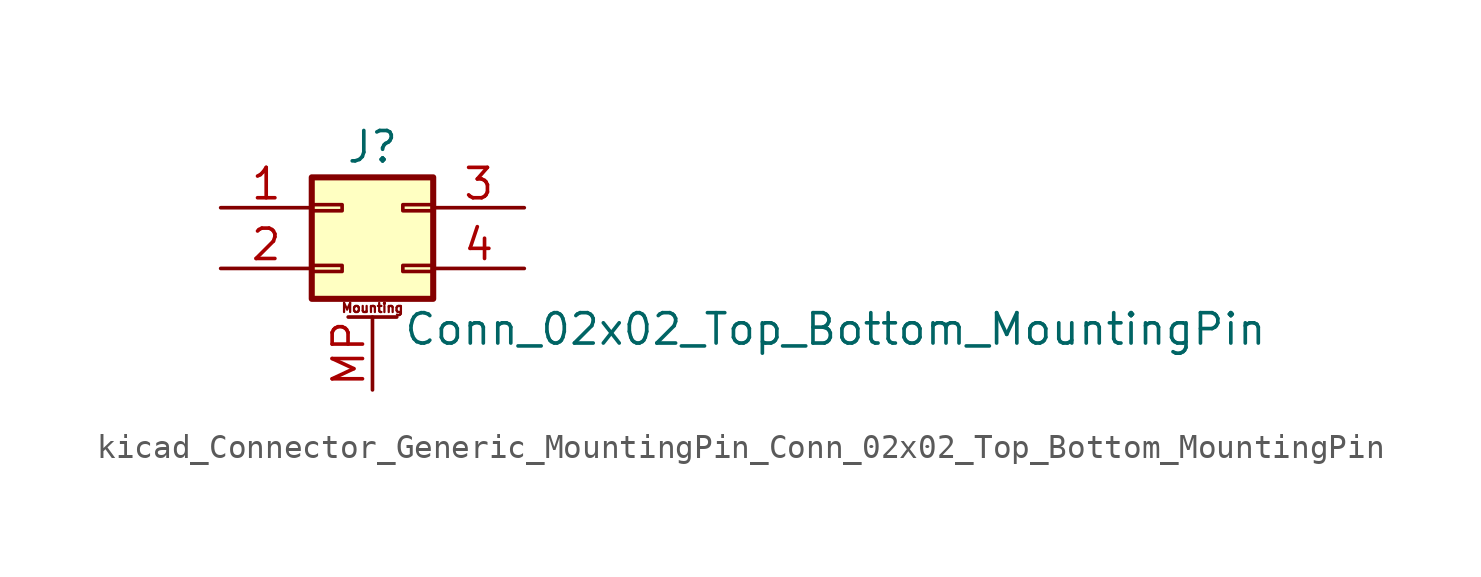
<source format=kicad_sym>
(kicad_symbol_lib
  (version 20220914)
  (generator kicad_symbol_editor)
  (symbol "kicad_Connector_Generic_MountingPin_Conn_02x02_Top_Bottom_MountingPin"
    (pin_names
      (offset 1.016) hide)
    (property "Reference" "J"
      (at 1.27 2.54 0)
      (effects (font (size 1.27 1.27))))
    (property "Value" "Conn_02x02_Top_Bottom_MountingPin"
      (at 2.54 -5.08 0)
      (effects (font (size 1.27 1.27)) (justify left)))
    (symbol "kicad_Connector_Generic_MountingPin_Conn_02x02_Top_Bottom_MountingPin_1_1"
      (rectangle (start -1.27 -2.413) (end 0 -2.667) (stroke (width 0.152) (type default)) (fill (type none)))
      (rectangle (start -1.27 0.127) (end 0 -0.127) (stroke (width 0.152) (type default)) (fill (type none)))
      (rectangle (start -1.27 1.27) (end 3.81 -3.81) (stroke (width 0.254) (type default)) (fill (type background)))
      (polyline (pts (xy 0.254 -4.572) (xy 2.286 -4.572)) (stroke (width 0.152) (type default)) (fill (type none)))
      (rectangle (start 3.81 -2.413) (end 2.54 -2.667) (stroke (width 0.152) (type default)) (fill (type none)))
      (rectangle (start 3.81 0.127) (end 2.54 -0.127) (stroke (width 0.152) (type default)) (fill (type none)))
      (text "Mounting" (at 1.27 -4.191 0) (effects (font (size 0.381 0.381))))
      (pin passive line (at -5.08 0 0) (length 3.81) (name "Pin_1" (effects (font (size 1.27 1.27)))) (number "1" (effects (font (size 1.27 1.27)))))
      (pin passive line (at -5.08 -2.54 0) (length 3.81) (name "Pin_2" (effects (font (size 1.27 1.27)))) (number "2" (effects (font (size 1.27 1.27)))))
      (pin passive line (at 7.62 0 180) (length 3.81) (name "Pin_3" (effects (font (size 1.27 1.27)))) (number "3" (effects (font (size 1.27 1.27)))))
      (pin passive line (at 7.62 -2.54 180) (length 3.81) (name "Pin_4" (effects (font (size 1.27 1.27)))) (number "4" (effects (font (size 1.27 1.27)))))
      (pin passive line (at 1.27 -7.62 90) (length 3.048) (name "MountPin" (effects (font (size 1.27 1.27)))) (number "MP" (effects (font (size 1.27 1.27))))))))
</source>
